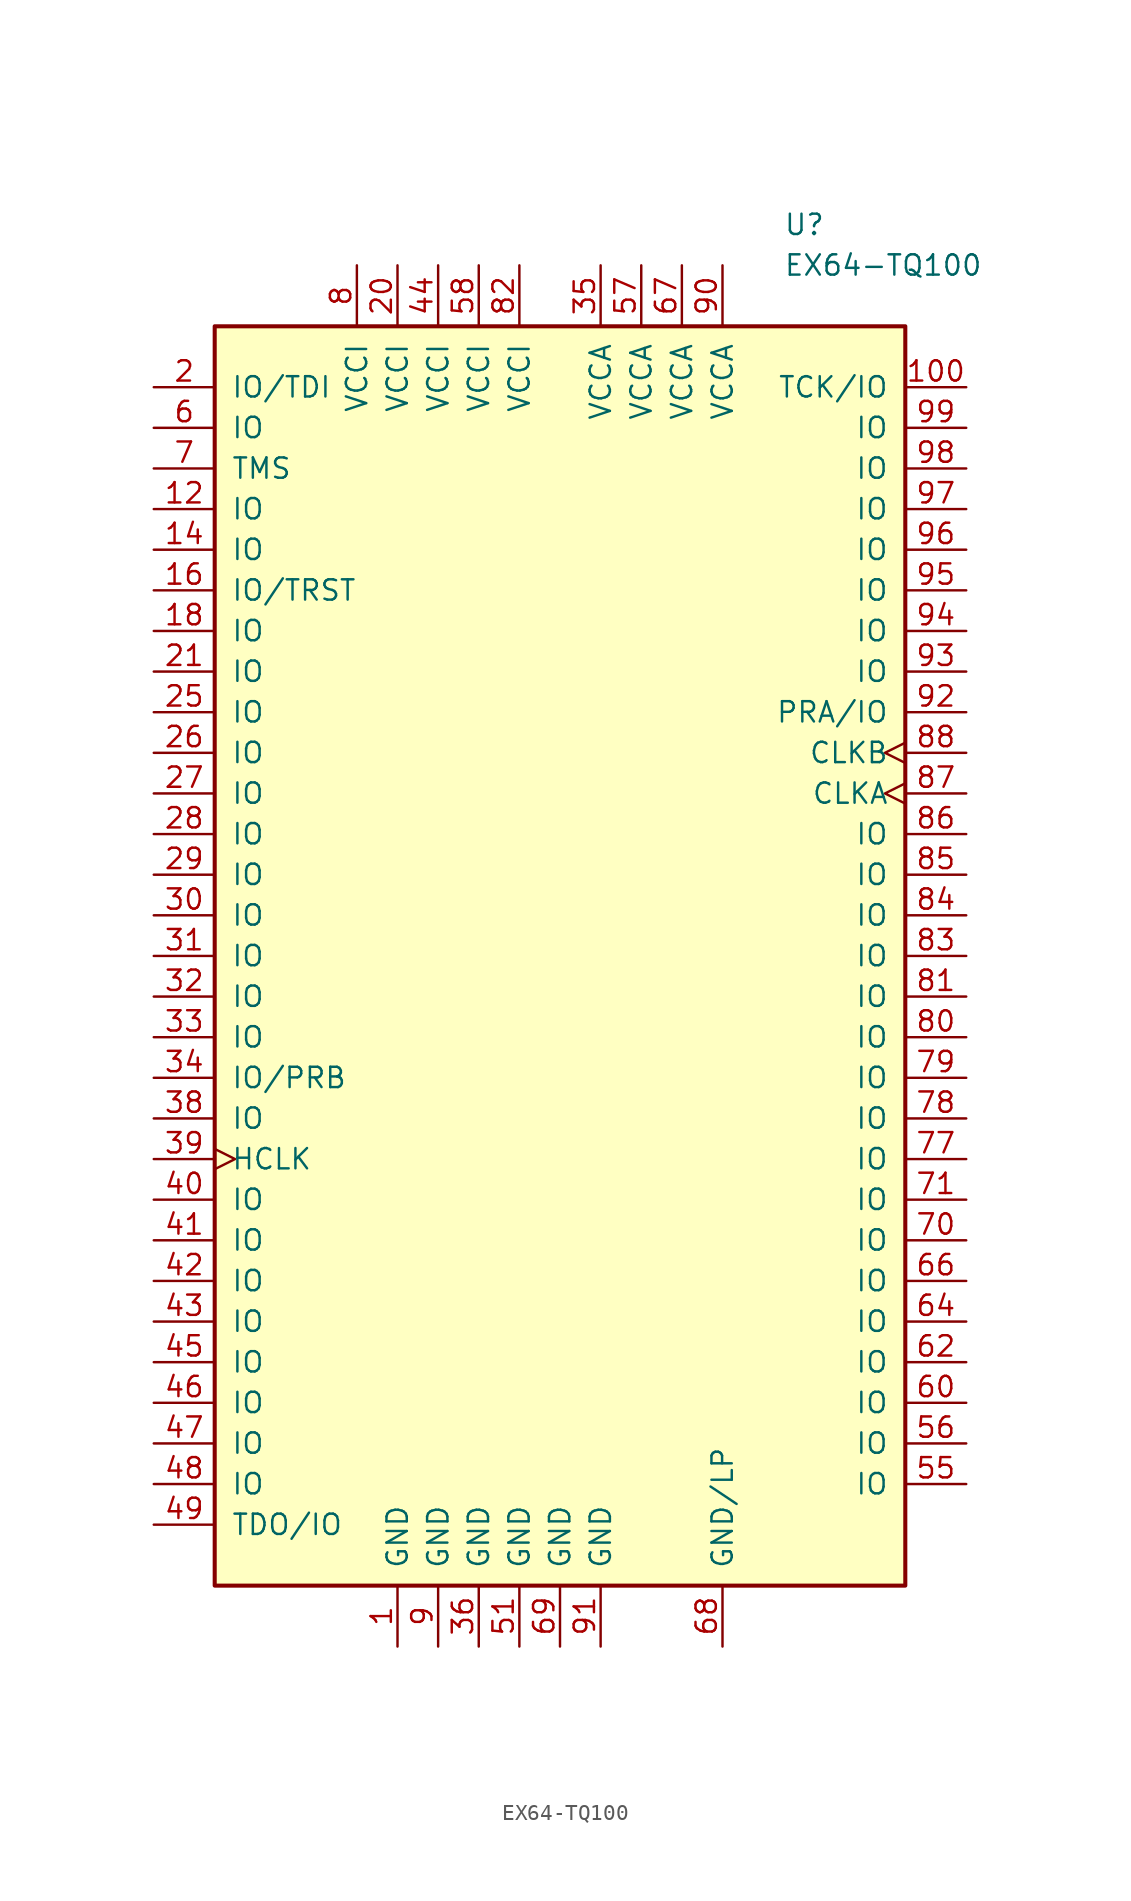
<source format=kicad_sym>
(kicad_symbol_lib
  (version 20201005)
  (generator kicad_symbol_editor)
  (symbol "FPGA_Microsemi:EX64-TQ100"
    (pin_names
      (offset 1.016))
    (property "Reference" "U"
      (at 13.97 45.72 0)
      (effects (font (size 1.27 1.27)) (justify left)))
    (property "Value" "EX64-TQ100"
      (at 13.97 43.18 0)
      (effects (font (size 1.27 1.27)) (justify left)))
    (symbol "EX64-TQ100_0_1"
      (rectangle (start -21.59 39.37) (end 21.59 -39.37) (stroke (width 0.254)) (fill (type background))))
    (symbol "EX64-TQ100_1_1"
      (pin power_out line (at -10.16 -43.18 90) (length 3.81) (name "GND" (effects (font (size 1.27 1.27)))) (number "1" (effects (font (size 1.27 1.27)))))
      (pin bidirectional line (at 25.4 35.56 180) (length 3.81) (name "TCK/IO" (effects (font (size 1.27 1.27)))) (number "100" (effects (font (size 1.27 1.27)))))
      (pin bidirectional line (at -25.4 27.94 0) (length 3.81) (name "IO" (effects (font (size 1.27 1.27)))) (number "12" (effects (font (size 1.27 1.27)))))
      (pin bidirectional line (at -25.4 25.4 0) (length 3.81) (name "IO" (effects (font (size 1.27 1.27)))) (number "14" (effects (font (size 1.27 1.27)))))
      (pin bidirectional line (at -25.4 22.86 0) (length 3.81) (name "IO/TRST" (effects (font (size 1.27 1.27)))) (number "16" (effects (font (size 1.27 1.27)))))
      (pin bidirectional line (at -25.4 20.32 0) (length 3.81) (name "IO" (effects (font (size 1.27 1.27)))) (number "18" (effects (font (size 1.27 1.27)))))
      (pin bidirectional line (at -25.4 35.56 0) (length 3.81) (name "IO/TDI" (effects (font (size 1.27 1.27)))) (number "2" (effects (font (size 1.27 1.27)))))
      (pin power_in line (at -10.16 43.18 270) (length 3.81) (name "VCCI" (effects (font (size 1.27 1.27)))) (number "20" (effects (font (size 1.27 1.27)))))
      (pin bidirectional line (at -25.4 17.78 0) (length 3.81) (name "IO" (effects (font (size 1.27 1.27)))) (number "21" (effects (font (size 1.27 1.27)))))
      (pin bidirectional line (at -25.4 15.24 0) (length 3.81) (name "IO" (effects (font (size 1.27 1.27)))) (number "25" (effects (font (size 1.27 1.27)))))
      (pin bidirectional line (at -25.4 12.7 0) (length 3.81) (name "IO" (effects (font (size 1.27 1.27)))) (number "26" (effects (font (size 1.27 1.27)))))
      (pin bidirectional line (at -25.4 10.16 0) (length 3.81) (name "IO" (effects (font (size 1.27 1.27)))) (number "27" (effects (font (size 1.27 1.27)))))
      (pin bidirectional line (at -25.4 7.62 0) (length 3.81) (name "IO" (effects (font (size 1.27 1.27)))) (number "28" (effects (font (size 1.27 1.27)))))
      (pin bidirectional line (at -25.4 5.08 0) (length 3.81) (name "IO" (effects (font (size 1.27 1.27)))) (number "29" (effects (font (size 1.27 1.27)))))
      (pin bidirectional line (at -25.4 2.54 0) (length 3.81) (name "IO" (effects (font (size 1.27 1.27)))) (number "30" (effects (font (size 1.27 1.27)))))
      (pin bidirectional line (at -25.4 0 0) (length 3.81) (name "IO" (effects (font (size 1.27 1.27)))) (number "31" (effects (font (size 1.27 1.27)))))
      (pin bidirectional line (at -25.4 -2.54 0) (length 3.81) (name "IO" (effects (font (size 1.27 1.27)))) (number "32" (effects (font (size 1.27 1.27)))))
      (pin bidirectional line (at -25.4 -5.08 0) (length 3.81) (name "IO" (effects (font (size 1.27 1.27)))) (number "33" (effects (font (size 1.27 1.27)))))
      (pin bidirectional line (at -25.4 -7.62 0) (length 3.81) (name "IO/PRB" (effects (font (size 1.27 1.27)))) (number "34" (effects (font (size 1.27 1.27)))))
      (pin power_in line (at 2.54 43.18 270) (length 3.81) (name "VCCA" (effects (font (size 1.27 1.27)))) (number "35" (effects (font (size 1.27 1.27)))))
      (pin power_out line (at -5.08 -43.18 90) (length 3.81) (name "GND" (effects (font (size 1.27 1.27)))) (number "36" (effects (font (size 1.27 1.27)))))
      (pin bidirectional line (at -25.4 -10.16 0) (length 3.81) (name "IO" (effects (font (size 1.27 1.27)))) (number "38" (effects (font (size 1.27 1.27)))))
      (pin input clock (at -25.4 -12.7 0) (length 3.81) (name "HCLK" (effects (font (size 1.27 1.27)))) (number "39" (effects (font (size 1.27 1.27)))))
      (pin bidirectional line (at -25.4 -15.24 0) (length 3.81) (name "IO" (effects (font (size 1.27 1.27)))) (number "40" (effects (font (size 1.27 1.27)))))
      (pin bidirectional line (at -25.4 -17.78 0) (length 3.81) (name "IO" (effects (font (size 1.27 1.27)))) (number "41" (effects (font (size 1.27 1.27)))))
      (pin bidirectional line (at -25.4 -20.32 0) (length 3.81) (name "IO" (effects (font (size 1.27 1.27)))) (number "42" (effects (font (size 1.27 1.27)))))
      (pin bidirectional line (at -25.4 -22.86 0) (length 3.81) (name "IO" (effects (font (size 1.27 1.27)))) (number "43" (effects (font (size 1.27 1.27)))))
      (pin power_in line (at -7.62 43.18 270) (length 3.81) (name "VCCI" (effects (font (size 1.27 1.27)))) (number "44" (effects (font (size 1.27 1.27)))))
      (pin bidirectional line (at -25.4 -25.4 0) (length 3.81) (name "IO" (effects (font (size 1.27 1.27)))) (number "45" (effects (font (size 1.27 1.27)))))
      (pin bidirectional line (at -25.4 -27.94 0) (length 3.81) (name "IO" (effects (font (size 1.27 1.27)))) (number "46" (effects (font (size 1.27 1.27)))))
      (pin bidirectional line (at -25.4 -30.48 0) (length 3.81) (name "IO" (effects (font (size 1.27 1.27)))) (number "47" (effects (font (size 1.27 1.27)))))
      (pin bidirectional line (at -25.4 -33.02 0) (length 3.81) (name "IO" (effects (font (size 1.27 1.27)))) (number "48" (effects (font (size 1.27 1.27)))))
      (pin bidirectional line (at -25.4 -35.56 0) (length 3.81) (name "TDO/IO" (effects (font (size 1.27 1.27)))) (number "49" (effects (font (size 1.27 1.27)))))
      (pin power_out line (at -2.54 -43.18 90) (length 3.81) (name "GND" (effects (font (size 1.27 1.27)))) (number "51" (effects (font (size 1.27 1.27)))))
      (pin bidirectional line (at 25.4 -33.02 180) (length 3.81) (name "IO" (effects (font (size 1.27 1.27)))) (number "55" (effects (font (size 1.27 1.27)))))
      (pin bidirectional line (at 25.4 -30.48 180) (length 3.81) (name "IO" (effects (font (size 1.27 1.27)))) (number "56" (effects (font (size 1.27 1.27)))))
      (pin power_in line (at 5.08 43.18 270) (length 3.81) (name "VCCA" (effects (font (size 1.27 1.27)))) (number "57" (effects (font (size 1.27 1.27)))))
      (pin power_in line (at -5.08 43.18 270) (length 3.81) (name "VCCI" (effects (font (size 1.27 1.27)))) (number "58" (effects (font (size 1.27 1.27)))))
      (pin bidirectional line (at -25.4 33.02 0) (length 3.81) (name "IO" (effects (font (size 1.27 1.27)))) (number "6" (effects (font (size 1.27 1.27)))))
      (pin bidirectional line (at 25.4 -27.94 180) (length 3.81) (name "IO" (effects (font (size 1.27 1.27)))) (number "60" (effects (font (size 1.27 1.27)))))
      (pin bidirectional line (at 25.4 -25.4 180) (length 3.81) (name "IO" (effects (font (size 1.27 1.27)))) (number "62" (effects (font (size 1.27 1.27)))))
      (pin bidirectional line (at 25.4 -22.86 180) (length 3.81) (name "IO" (effects (font (size 1.27 1.27)))) (number "64" (effects (font (size 1.27 1.27)))))
      (pin bidirectional line (at 25.4 -20.32 180) (length 3.81) (name "IO" (effects (font (size 1.27 1.27)))) (number "66" (effects (font (size 1.27 1.27)))))
      (pin power_in line (at 7.62 43.18 270) (length 3.81) (name "VCCA" (effects (font (size 1.27 1.27)))) (number "67" (effects (font (size 1.27 1.27)))))
      (pin power_out line (at 10.16 -43.18 90) (length 3.81) (name "GND/LP" (effects (font (size 1.27 1.27)))) (number "68" (effects (font (size 1.27 1.27)))))
      (pin power_out line (at 0 -43.18 90) (length 3.81) (name "GND" (effects (font (size 1.27 1.27)))) (number "69" (effects (font (size 1.27 1.27)))))
      (pin input line (at -25.4 30.48 0) (length 3.81) (name "TMS" (effects (font (size 1.27 1.27)))) (number "7" (effects (font (size 1.27 1.27)))))
      (pin bidirectional line (at 25.4 -17.78 180) (length 3.81) (name "IO" (effects (font (size 1.27 1.27)))) (number "70" (effects (font (size 1.27 1.27)))))
      (pin bidirectional line (at 25.4 -15.24 180) (length 3.81) (name "IO" (effects (font (size 1.27 1.27)))) (number "71" (effects (font (size 1.27 1.27)))))
      (pin bidirectional line (at 25.4 -12.7 180) (length 3.81) (name "IO" (effects (font (size 1.27 1.27)))) (number "77" (effects (font (size 1.27 1.27)))))
      (pin bidirectional line (at 25.4 -10.16 180) (length 3.81) (name "IO" (effects (font (size 1.27 1.27)))) (number "78" (effects (font (size 1.27 1.27)))))
      (pin bidirectional line (at 25.4 -7.62 180) (length 3.81) (name "IO" (effects (font (size 1.27 1.27)))) (number "79" (effects (font (size 1.27 1.27)))))
      (pin power_in line (at -12.7 43.18 270) (length 3.81) (name "VCCI" (effects (font (size 1.27 1.27)))) (number "8" (effects (font (size 1.27 1.27)))))
      (pin bidirectional line (at 25.4 -5.08 180) (length 3.81) (name "IO" (effects (font (size 1.27 1.27)))) (number "80" (effects (font (size 1.27 1.27)))))
      (pin bidirectional line (at 25.4 -2.54 180) (length 3.81) (name "IO" (effects (font (size 1.27 1.27)))) (number "81" (effects (font (size 1.27 1.27)))))
      (pin power_in line (at -2.54 43.18 270) (length 3.81) (name "VCCI" (effects (font (size 1.27 1.27)))) (number "82" (effects (font (size 1.27 1.27)))))
      (pin bidirectional line (at 25.4 0 180) (length 3.81) (name "IO" (effects (font (size 1.27 1.27)))) (number "83" (effects (font (size 1.27 1.27)))))
      (pin bidirectional line (at 25.4 2.54 180) (length 3.81) (name "IO" (effects (font (size 1.27 1.27)))) (number "84" (effects (font (size 1.27 1.27)))))
      (pin bidirectional line (at 25.4 5.08 180) (length 3.81) (name "IO" (effects (font (size 1.27 1.27)))) (number "85" (effects (font (size 1.27 1.27)))))
      (pin bidirectional line (at 25.4 7.62 180) (length 3.81) (name "IO" (effects (font (size 1.27 1.27)))) (number "86" (effects (font (size 1.27 1.27)))))
      (pin input clock (at 25.4 10.16 180) (length 3.81) (name "CLKA" (effects (font (size 1.27 1.27)))) (number "87" (effects (font (size 1.27 1.27)))))
      (pin input clock (at 25.4 12.7 180) (length 3.81) (name "CLKB" (effects (font (size 1.27 1.27)))) (number "88" (effects (font (size 1.27 1.27)))))
      (pin power_out line (at -7.62 -43.18 90) (length 3.81) (name "GND" (effects (font (size 1.27 1.27)))) (number "9" (effects (font (size 1.27 1.27)))))
      (pin power_in line (at 10.16 43.18 270) (length 3.81) (name "VCCA" (effects (font (size 1.27 1.27)))) (number "90" (effects (font (size 1.27 1.27)))))
      (pin power_in line (at 2.54 -43.18 90) (length 3.81) (name "GND" (effects (font (size 1.27 1.27)))) (number "91" (effects (font (size 1.27 1.27)))))
      (pin bidirectional line (at 25.4 15.24 180) (length 3.81) (name "PRA/IO" (effects (font (size 1.27 1.27)))) (number "92" (effects (font (size 1.27 1.27)))))
      (pin bidirectional line (at 25.4 17.78 180) (length 3.81) (name "IO" (effects (font (size 1.27 1.27)))) (number "93" (effects (font (size 1.27 1.27)))))
      (pin bidirectional line (at 25.4 20.32 180) (length 3.81) (name "IO" (effects (font (size 1.27 1.27)))) (number "94" (effects (font (size 1.27 1.27)))))
      (pin bidirectional line (at 25.4 22.86 180) (length 3.81) (name "IO" (effects (font (size 1.27 1.27)))) (number "95" (effects (font (size 1.27 1.27)))))
      (pin bidirectional line (at 25.4 25.4 180) (length 3.81) (name "IO" (effects (font (size 1.27 1.27)))) (number "96" (effects (font (size 1.27 1.27)))))
      (pin bidirectional line (at 25.4 27.94 180) (length 3.81) (name "IO" (effects (font (size 1.27 1.27)))) (number "97" (effects (font (size 1.27 1.27)))))
      (pin bidirectional line (at 25.4 30.48 180) (length 3.81) (name "IO" (effects (font (size 1.27 1.27)))) (number "98" (effects (font (size 1.27 1.27)))))
      (pin bidirectional line (at 25.4 33.02 180) (length 3.81) (name "IO" (effects (font (size 1.27 1.27)))) (number "99" (effects (font (size 1.27 1.27))))))))
</source>
